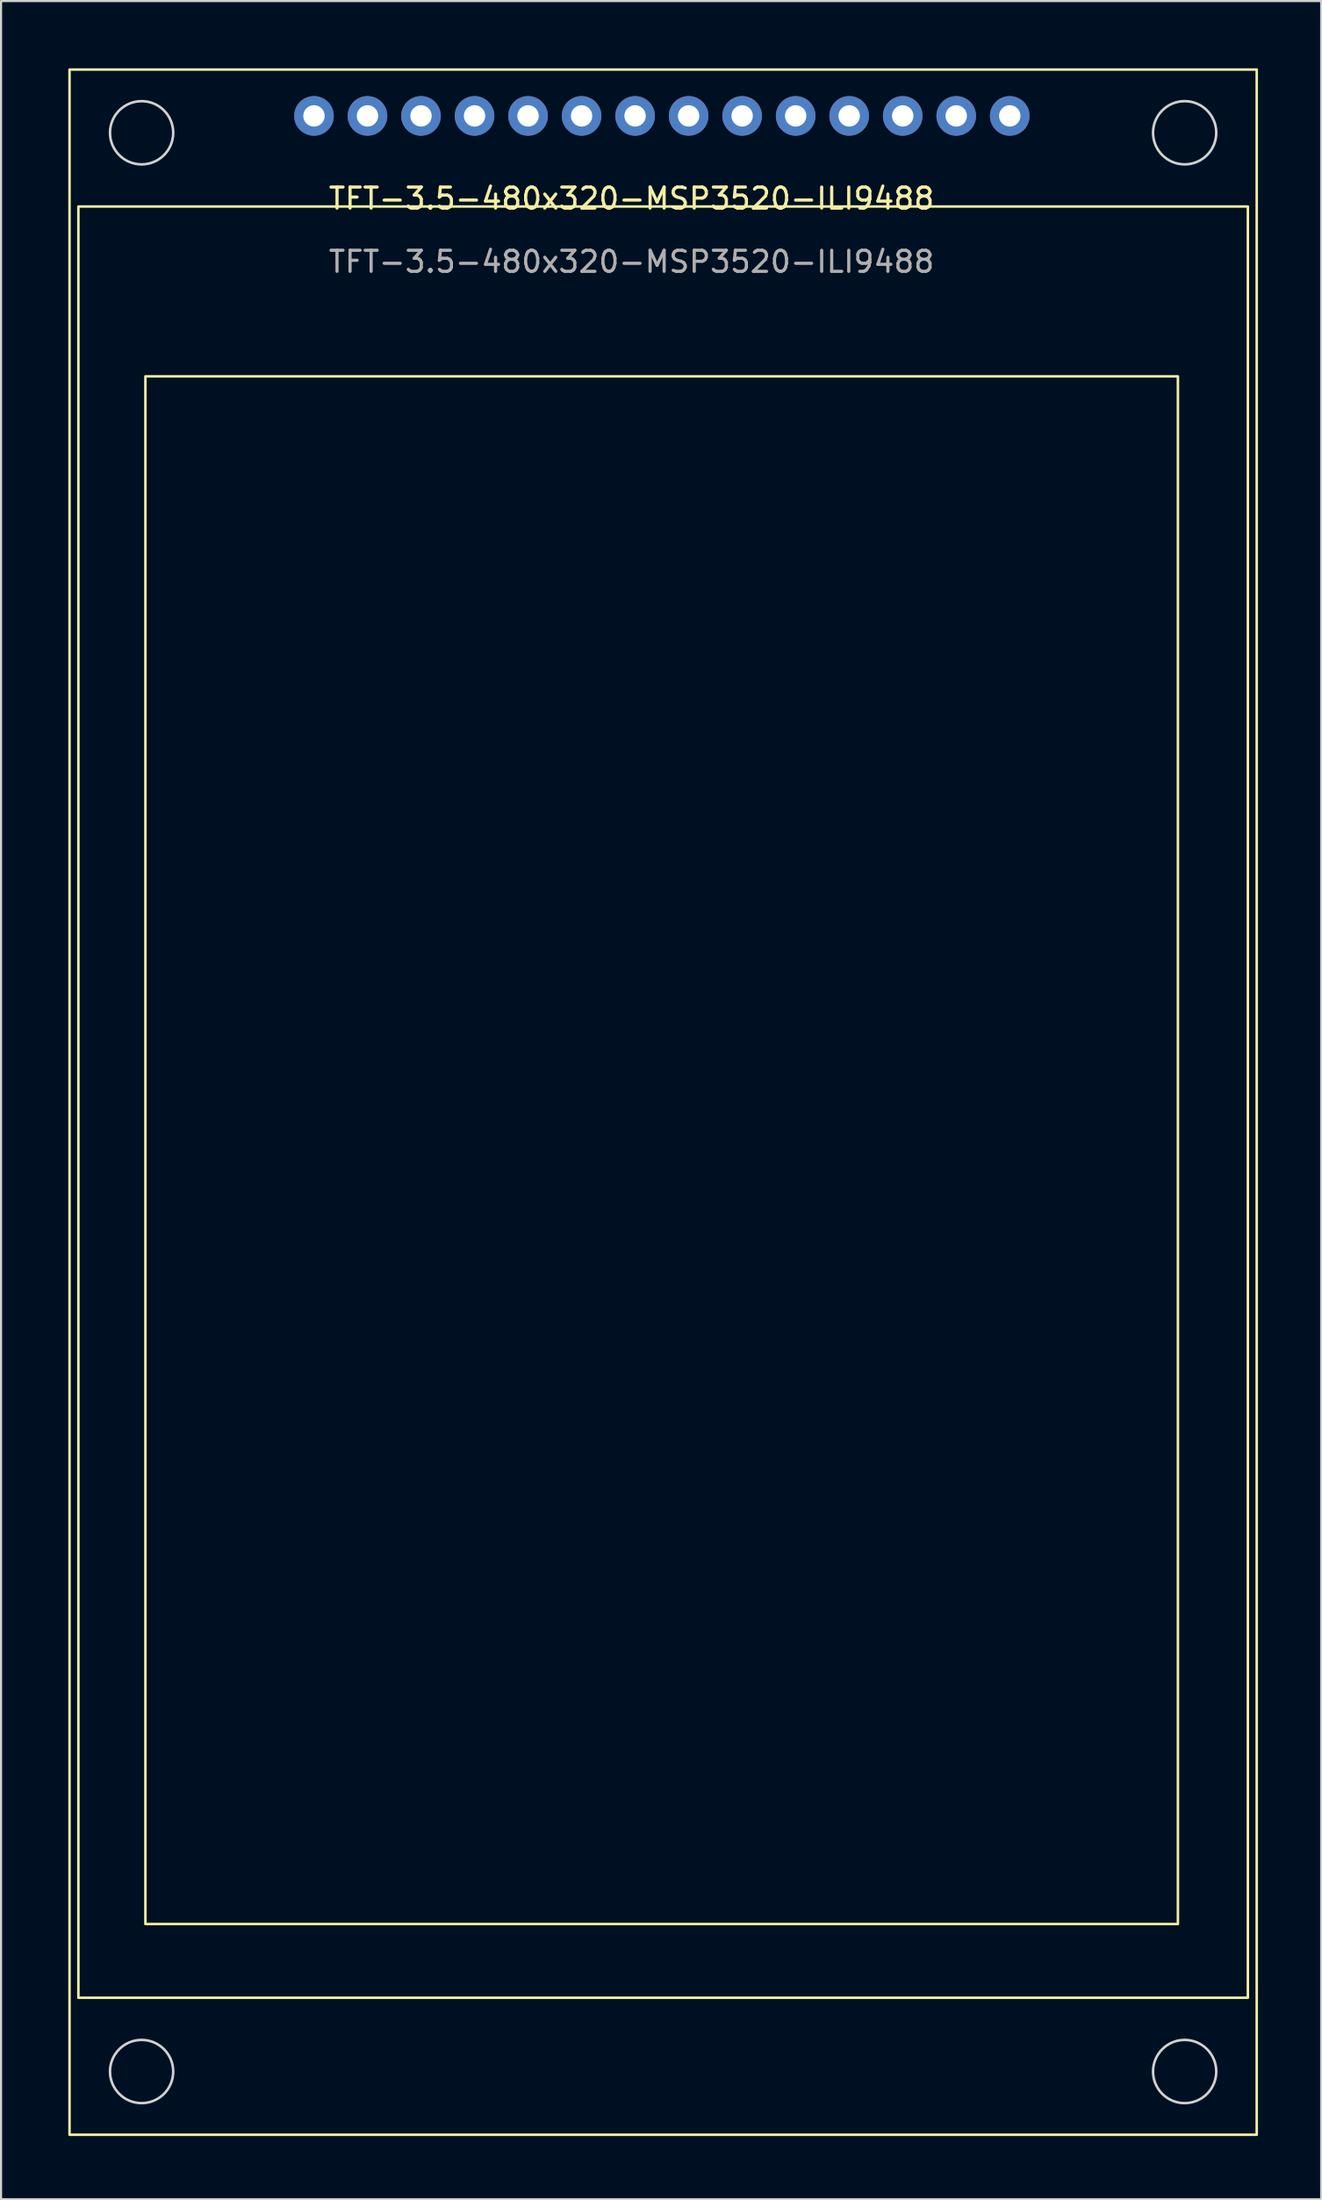
<source format=kicad_pcb>
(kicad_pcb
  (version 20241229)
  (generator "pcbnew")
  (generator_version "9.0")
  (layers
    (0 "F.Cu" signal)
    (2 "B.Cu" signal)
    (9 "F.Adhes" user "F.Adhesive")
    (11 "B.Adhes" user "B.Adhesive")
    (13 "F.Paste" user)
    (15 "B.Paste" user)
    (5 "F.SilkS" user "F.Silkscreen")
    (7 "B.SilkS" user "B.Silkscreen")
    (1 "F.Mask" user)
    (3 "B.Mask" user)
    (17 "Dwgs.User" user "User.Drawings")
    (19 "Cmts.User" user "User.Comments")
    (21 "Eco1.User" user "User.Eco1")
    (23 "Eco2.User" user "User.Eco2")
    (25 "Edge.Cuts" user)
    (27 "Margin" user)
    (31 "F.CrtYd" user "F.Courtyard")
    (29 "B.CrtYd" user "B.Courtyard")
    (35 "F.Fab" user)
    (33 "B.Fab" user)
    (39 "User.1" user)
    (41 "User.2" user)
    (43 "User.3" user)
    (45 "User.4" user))
  (footprint "TFT-3.5-480x320-MSP3520-ILI9488"
    (layer "F.Cu")
    (at 0.25 0.25)
    (property "Reference" "TFT-3.5-480x320-MSP3520-ILI9488" (at 26.67 6.12 0) (unlocked yes) (layer "F.SilkS") (effects (font (size 1 1) (thickness 0.15))))
    (attr through_hole)
    (fp_rect (start 0 0) (end 56.34 98) (stroke (width 0.12) (type default)) (fill no) (layer "F.SilkS"))
    (fp_rect (start 0.42 6.5) (end 55.92 91.5) (stroke (width 0.12) (type default)) (fill no) (layer "F.SilkS"))
    (fp_rect (start 3.6 14.56) (end 52.6 88) (stroke (width 0.12) (type default)) (fill no) (layer "F.SilkS"))
    (fp_circle (center 3.42 3) (end 4.92 3) (stroke (width 0.12) (type default)) (fill no) (layer "Edge.Cuts"))
    (fp_circle (center 3.42 95) (end 4.92 95) (stroke (width 0.12) (type default)) (fill no) (layer "Edge.Cuts"))
    (fp_circle (center 52.92 3) (end 54.42 3) (stroke (width 0.12) (type default)) (fill no) (layer "Edge.Cuts"))
    (fp_circle (center 52.92 95) (end 54.42 95) (stroke (width 0.12) (type default)) (fill no) (layer "Edge.Cuts"))
    (fp_text user "${REFERENCE}" (at 26.67 9.12 0) (unlocked yes) (layer "F.Fab") (effects (font (size 1 1) (thickness 0.15))))
    (pad "1" thru_hole circle (at 44.62 2.2 180) (size 1.88 1.88) (drill 1.016) (layers "*.Cu" "*.Mask"))
    (pad "2" thru_hole circle (at 42.08 2.2 180) (size 1.88 1.88) (drill 1.016) (layers "*.Cu" "*.Mask"))
    (pad "3" thru_hole circle (at 39.54 2.2 180) (size 1.88 1.88) (drill 1.016) (layers "*.Cu" "*.Mask"))
    (pad "4" thru_hole circle (at 37 2.2 180) (size 1.88 1.88) (drill 1.016) (layers "*.Cu" "*.Mask"))
    (pad "5" thru_hole circle (at 34.46 2.2 180) (size 1.88 1.88) (drill 1.016) (layers "*.Cu" "*.Mask"))
    (pad "6" thru_hole circle (at 31.92 2.2 180) (size 1.88 1.88) (drill 1.016) (layers "*.Cu" "*.Mask"))
    (pad "7" thru_hole circle (at 29.38 2.2 180) (size 1.88 1.88) (drill 1.016) (layers "*.Cu" "*.Mask"))
    (pad "8" thru_hole circle (at 26.84 2.2 180) (size 1.88 1.88) (drill 1.016) (layers "*.Cu" "*.Mask"))
    (pad "9" thru_hole circle (at 24.3 2.2 180) (size 1.88 1.88) (drill 1.016) (layers "*.Cu" "*.Mask"))
    (pad "10" thru_hole circle (at 21.76 2.2 180) (size 1.88 1.88) (drill 1.016) (layers "*.Cu" "*.Mask"))
    (pad "11" thru_hole circle (at 19.22 2.2 180) (size 1.88 1.88) (drill 1.016) (layers "*.Cu" "*.Mask"))
    (pad "12" thru_hole circle (at 16.68 2.2 180) (size 1.88 1.88) (drill 1.016) (layers "*.Cu" "*.Mask"))
    (pad "13" thru_hole circle (at 14.14 2.2 180) (size 1.88 1.88) (drill 1.016) (layers "*.Cu" "*.Mask"))
    (pad "14" thru_hole circle (at 11.6 2.2 180) (size 1.88 1.88) (drill 1.016) (layers "*.Cu" "*.Mask")))
  (gr_rect
    (start -3 -3)
    (end 59.65 101.31)
    (stroke (width 0.1) (type default))
    (fill no)
    (layer "Edge.Cuts")))
</source>
